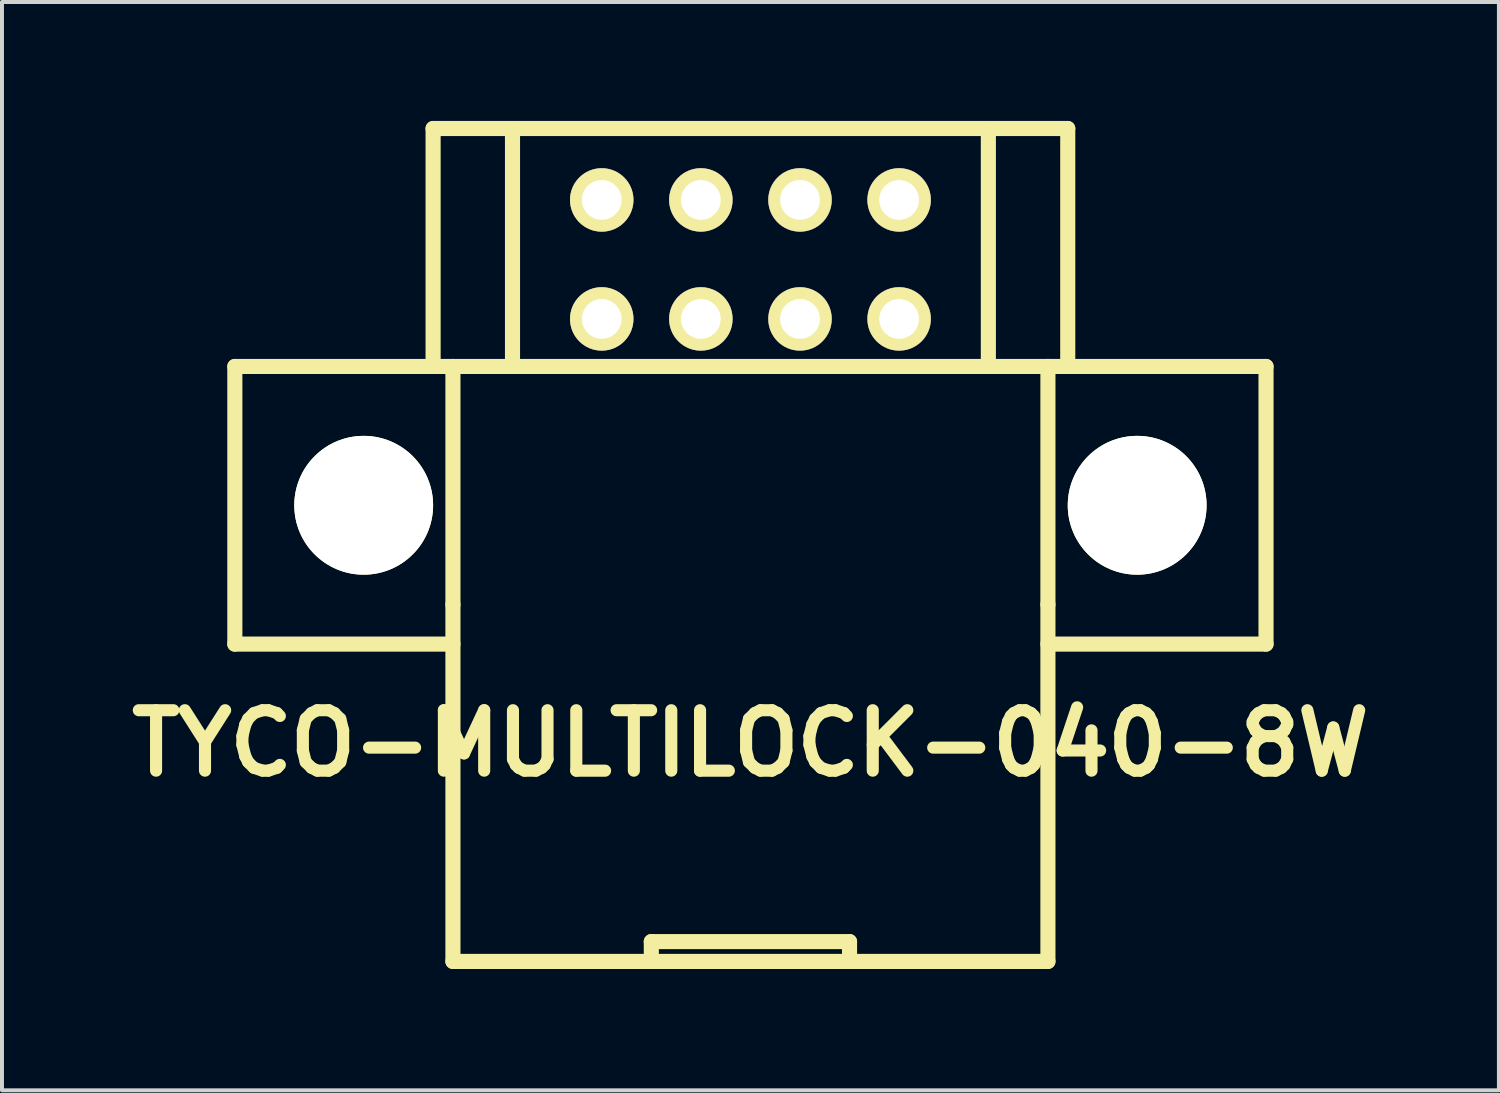
<source format=kicad_pcb>
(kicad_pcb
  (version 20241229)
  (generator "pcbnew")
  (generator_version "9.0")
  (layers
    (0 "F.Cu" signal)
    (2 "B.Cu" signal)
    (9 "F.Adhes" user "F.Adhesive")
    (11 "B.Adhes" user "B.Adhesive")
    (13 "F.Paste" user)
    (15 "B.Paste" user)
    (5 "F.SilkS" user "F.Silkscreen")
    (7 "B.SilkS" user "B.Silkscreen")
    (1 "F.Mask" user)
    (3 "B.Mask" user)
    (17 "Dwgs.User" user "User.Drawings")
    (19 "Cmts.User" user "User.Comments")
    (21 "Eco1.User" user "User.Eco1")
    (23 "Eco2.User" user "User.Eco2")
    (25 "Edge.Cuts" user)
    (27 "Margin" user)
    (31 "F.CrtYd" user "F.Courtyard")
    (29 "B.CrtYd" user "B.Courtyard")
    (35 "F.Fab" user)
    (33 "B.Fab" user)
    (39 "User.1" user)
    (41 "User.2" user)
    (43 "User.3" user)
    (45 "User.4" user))
  (footprint "TYCO-MULTILOCK-040-8W"
    (layer "F.Cu")
    (at 15.871 21.191)
    (property "Reference" "TYCO-MULTILOCK-040-8W" (at 0 -5.499 0) (layer "F.SilkS") (effects (font (size 1.524 1.524) (thickness 0.305))))
    (attr through_hole)
    (fp_line (start -13 -15.001) (end -13 -8.001) (stroke (width 0.381) (type solid)) (layer "F.SilkS"))
    (fp_line (start -13 -15.001) (end -7.501 -15.001) (stroke (width 0.381) (type solid)) (layer "F.SilkS"))
    (fp_line (start -8.001 -21.001) (end 8.001 -21.001) (stroke (width 0.381) (type solid)) (layer "F.SilkS"))
    (fp_line (start -8.001 -15.001) (end -8.001 -21.001) (stroke (width 0.381) (type solid)) (layer "F.SilkS"))
    (fp_line (start -7.501 -15.001) (end -7.501 -8.999) (stroke (width 0.381) (type solid)) (layer "F.SilkS"))
    (fp_line (start -7.501 -15.001) (end 7.501 -15.001) (stroke (width 0.381) (type solid)) (layer "F.SilkS"))
    (fp_line (start -7.501 -8.001) (end -13 -8.001) (stroke (width 0.381) (type solid)) (layer "F.SilkS"))
    (fp_line (start -7.501 0) (end -7.501 -8.999) (stroke (width 0.381) (type solid)) (layer "F.SilkS"))
    (fp_line (start -7.501 0) (end 7.501 0) (stroke (width 0.381) (type solid)) (layer "F.SilkS"))
    (fp_line (start -5.999 -21.001) (end -5.999 -15.001) (stroke (width 0.381) (type solid)) (layer "F.SilkS"))
    (fp_line (start -2.499 -0.5) (end 2.499 -0.5) (stroke (width 0.381) (type solid)) (layer "F.SilkS"))
    (fp_line (start -2.499 0) (end -2.499 -0.5) (stroke (width 0.381) (type solid)) (layer "F.SilkS"))
    (fp_line (start 2.499 -0.5) (end 2.499 0) (stroke (width 0.381) (type solid)) (layer "F.SilkS"))
    (fp_line (start 5.999 -21.001) (end 5.999 -15.001) (stroke (width 0.381) (type solid)) (layer "F.SilkS"))
    (fp_line (start 7.501 -15.001) (end 7.501 -8.999) (stroke (width 0.381) (type solid)) (layer "F.SilkS"))
    (fp_line (start 7.501 -8.001) (end 13 -8.001) (stroke (width 0.381) (type solid)) (layer "F.SilkS"))
    (fp_line (start 7.501 0) (end 7.501 -8.999) (stroke (width 0.381) (type solid)) (layer "F.SilkS"))
    (fp_line (start 8.001 -21.001) (end 8.001 -15.001) (stroke (width 0.381) (type solid)) (layer "F.SilkS"))
    (fp_line (start 13 -15.001) (end 7.501 -15.001) (stroke (width 0.381) (type solid)) (layer "F.SilkS"))
    (fp_line (start 13 -8.001) (end 13 -15.001) (stroke (width 0.381) (type solid)) (layer "F.SilkS"))
    (pad "" np_thru_hole circle (at -9.751 -11.501) (size 3.5 3.5) (drill 3.5) (layers "*.Cu" "*.Mask" "F.SilkS"))
    (pad "" np_thru_hole circle (at 9.751 -11.501) (size 3.5 3.5) (drill 3.5) (layers "*.Cu" "*.Mask" "F.SilkS"))
    (pad "1" thru_hole circle (at -3.749 -19.2) (size 1.6 1.6) (drill 1.001) (layers "*.Cu" "*.Mask" "F.SilkS"))
    (pad "2" thru_hole circle (at -3.749 -16.2) (size 1.6 1.6) (drill 1.001) (layers "*.Cu" "*.Mask" "F.SilkS"))
    (pad "3" thru_hole circle (at -1.25 -19.2) (size 1.6 1.6) (drill 1.001) (layers "*.Cu" "*.Mask" "F.SilkS"))
    (pad "4" thru_hole circle (at -1.25 -16.2) (size 1.6 1.6) (drill 1.001) (layers "*.Cu" "*.Mask" "F.SilkS"))
    (pad "5" thru_hole circle (at 1.25 -19.2) (size 1.6 1.6) (drill 1.001) (layers "*.Cu" "*.Mask" "F.SilkS"))
    (pad "6" thru_hole circle (at 1.25 -16.2) (size 1.6 1.6) (drill 1.001) (layers "*.Cu" "*.Mask" "F.SilkS"))
    (pad "7" thru_hole circle (at 3.749 -19.2) (size 1.6 1.6) (drill 1.001) (layers "*.Cu" "*.Mask" "F.SilkS"))
    (pad "8" thru_hole circle (at 3.749 -16.2) (size 1.6 1.6) (drill 1.001) (layers "*.Cu" "*.Mask" "F.SilkS")))
  (gr_rect
    (start -3 -3)
    (end 34.743 24.441)
    (stroke (width 0.1) (type default))
    (fill no)
    (layer "Edge.Cuts")))
</source>
